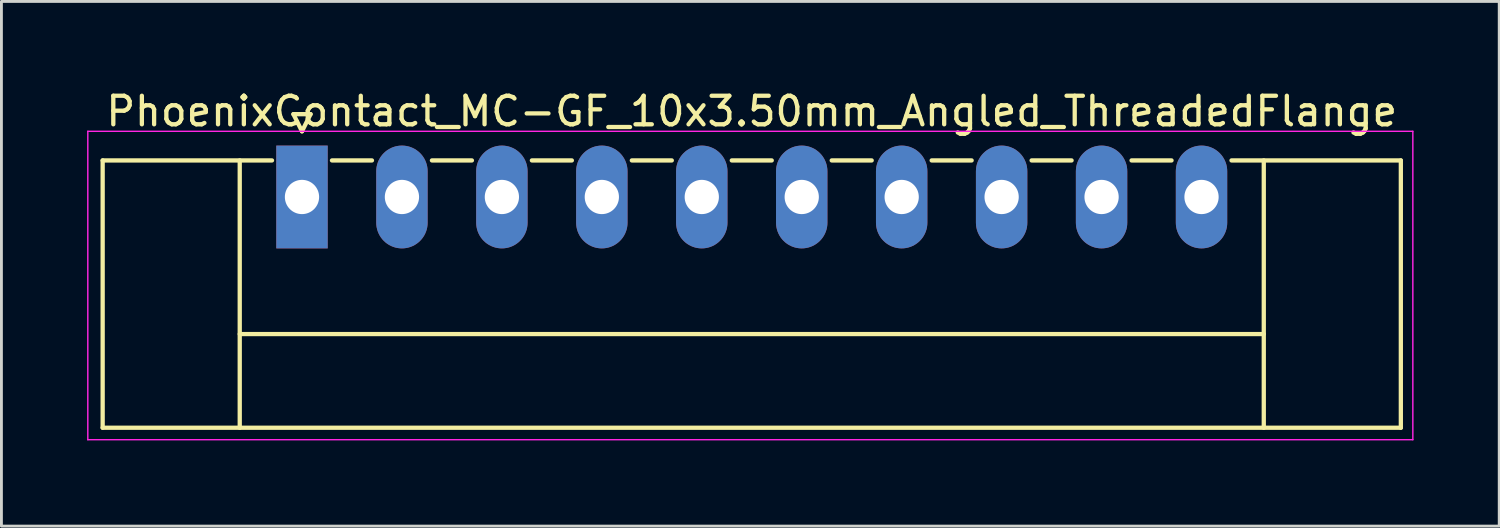
<source format=kicad_pcb>
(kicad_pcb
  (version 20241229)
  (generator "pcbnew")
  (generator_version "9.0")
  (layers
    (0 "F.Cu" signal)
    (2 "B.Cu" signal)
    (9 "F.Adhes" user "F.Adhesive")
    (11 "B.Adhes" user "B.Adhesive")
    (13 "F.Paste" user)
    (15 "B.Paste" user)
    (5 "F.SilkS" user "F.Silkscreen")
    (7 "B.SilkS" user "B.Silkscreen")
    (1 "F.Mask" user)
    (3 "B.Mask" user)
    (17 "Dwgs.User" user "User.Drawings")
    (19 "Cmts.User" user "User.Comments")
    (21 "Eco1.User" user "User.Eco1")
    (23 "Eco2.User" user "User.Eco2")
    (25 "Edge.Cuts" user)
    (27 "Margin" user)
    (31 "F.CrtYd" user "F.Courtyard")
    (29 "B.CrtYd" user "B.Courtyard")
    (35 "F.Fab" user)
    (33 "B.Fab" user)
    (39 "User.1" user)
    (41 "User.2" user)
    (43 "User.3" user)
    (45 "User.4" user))
  (footprint "PhoenixContact_MC-GF_10x3.50mm_Angled_ThreadedFlange"
    (layer "F.Cu")
    (at 7.525 3.848)
    (property "Reference" "PhoenixContact_MC-GF_10x3.50mm_Angled_ThreadedFlange" (at 15.75 -3 0) (layer "F.SilkS") (effects (font (size 1 1) (thickness 0.15))))
    (attr through_hole)
    (fp_line (start -6.98 -1.28) (end -6.98 8.08) (stroke (width 0.15) (type solid)) (layer "F.SilkS"))
    (fp_line (start -6.98 -1.28) (end -1.05 -1.28) (stroke (width 0.15) (type solid)) (layer "F.SilkS"))
    (fp_line (start -6.98 8.08) (end 38.48 8.08) (stroke (width 0.15) (type solid)) (layer "F.SilkS"))
    (fp_line (start -2.18 -1.28) (end -2.18 8.08) (stroke (width 0.15) (type solid)) (layer "F.SilkS"))
    (fp_line (start -2.18 4.8) (end 33.68 4.8) (stroke (width 0.15) (type solid)) (layer "F.SilkS"))
    (fp_line (start -0.3 -2.9) (end 0 -2.3) (stroke (width 0.15) (type solid)) (layer "F.SilkS"))
    (fp_line (start 0 -2.3) (end 0.3 -2.9) (stroke (width 0.15) (type solid)) (layer "F.SilkS"))
    (fp_line (start 0.3 -2.9) (end -0.3 -2.9) (stroke (width 0.15) (type solid)) (layer "F.SilkS"))
    (fp_line (start 1.05 -1.28) (end 2.45 -1.28) (stroke (width 0.15) (type solid)) (layer "F.SilkS"))
    (fp_line (start 4.55 -1.28) (end 5.95 -1.28) (stroke (width 0.15) (type solid)) (layer "F.SilkS"))
    (fp_line (start 8.05 -1.28) (end 9.45 -1.28) (stroke (width 0.15) (type solid)) (layer "F.SilkS"))
    (fp_line (start 11.55 -1.28) (end 12.95 -1.28) (stroke (width 0.15) (type solid)) (layer "F.SilkS"))
    (fp_line (start 15.05 -1.28) (end 16.45 -1.28) (stroke (width 0.15) (type solid)) (layer "F.SilkS"))
    (fp_line (start 18.55 -1.28) (end 19.95 -1.28) (stroke (width 0.15) (type solid)) (layer "F.SilkS"))
    (fp_line (start 22.05 -1.28) (end 23.45 -1.28) (stroke (width 0.15) (type solid)) (layer "F.SilkS"))
    (fp_line (start 25.55 -1.28) (end 26.95 -1.28) (stroke (width 0.15) (type solid)) (layer "F.SilkS"))
    (fp_line (start 29.05 -1.28) (end 30.45 -1.28) (stroke (width 0.15) (type solid)) (layer "F.SilkS"))
    (fp_line (start 33.68 -1.28) (end 33.68 8.08) (stroke (width 0.15) (type solid)) (layer "F.SilkS"))
    (fp_line (start 38.48 -1.28) (end 32.55 -1.28) (stroke (width 0.15) (type solid)) (layer "F.SilkS"))
    (fp_line (start 38.48 8.08) (end 38.48 -1.28) (stroke (width 0.15) (type solid)) (layer "F.SilkS"))
    (fp_line (start -7.5 -2.3) (end -7.5 8.5) (stroke (width 0.05) (type solid)) (layer "F.CrtYd"))
    (fp_line (start -7.5 8.5) (end 38.9 8.5) (stroke (width 0.05) (type solid)) (layer "F.CrtYd"))
    (fp_line (start 38.9 -2.3) (end -7.5 -2.3) (stroke (width 0.05) (type solid)) (layer "F.CrtYd"))
    (fp_line (start 38.9 8.5) (end 38.9 -2.3) (stroke (width 0.05) (type solid)) (layer "F.CrtYd"))
    (pad "1" thru_hole rect (at 0 0) (size 1.8 3.6) (drill 1.2) (layers "*.Cu" "*.Mask"))
    (pad "2" thru_hole oval (at 3.5 0) (size 1.8 3.6) (drill 1.2) (layers "*.Cu" "*.Mask"))
    (pad "3" thru_hole oval (at 7 0) (size 1.8 3.6) (drill 1.2) (layers "*.Cu" "*.Mask"))
    (pad "4" thru_hole oval (at 10.5 0) (size 1.8 3.6) (drill 1.2) (layers "*.Cu" "*.Mask"))
    (pad "5" thru_hole oval (at 14 0) (size 1.8 3.6) (drill 1.2) (layers "*.Cu" "*.Mask"))
    (pad "6" thru_hole oval (at 17.5 0) (size 1.8 3.6) (drill 1.2) (layers "*.Cu" "*.Mask"))
    (pad "7" thru_hole oval (at 21 0) (size 1.8 3.6) (drill 1.2) (layers "*.Cu" "*.Mask"))
    (pad "8" thru_hole oval (at 24.5 0) (size 1.8 3.6) (drill 1.2) (layers "*.Cu" "*.Mask"))
    (pad "9" thru_hole oval (at 28 0) (size 1.8 3.6) (drill 1.2) (layers "*.Cu" "*.Mask"))
    (pad "10" thru_hole oval (at 31.5 0) (size 1.8 3.6) (drill 1.2) (layers "*.Cu" "*.Mask")))
  (gr_rect
    (start -3 -3)
    (end 49.45 15.373)
    (stroke (width 0.1) (type default))
    (fill no)
    (layer "Edge.Cuts")))
</source>
